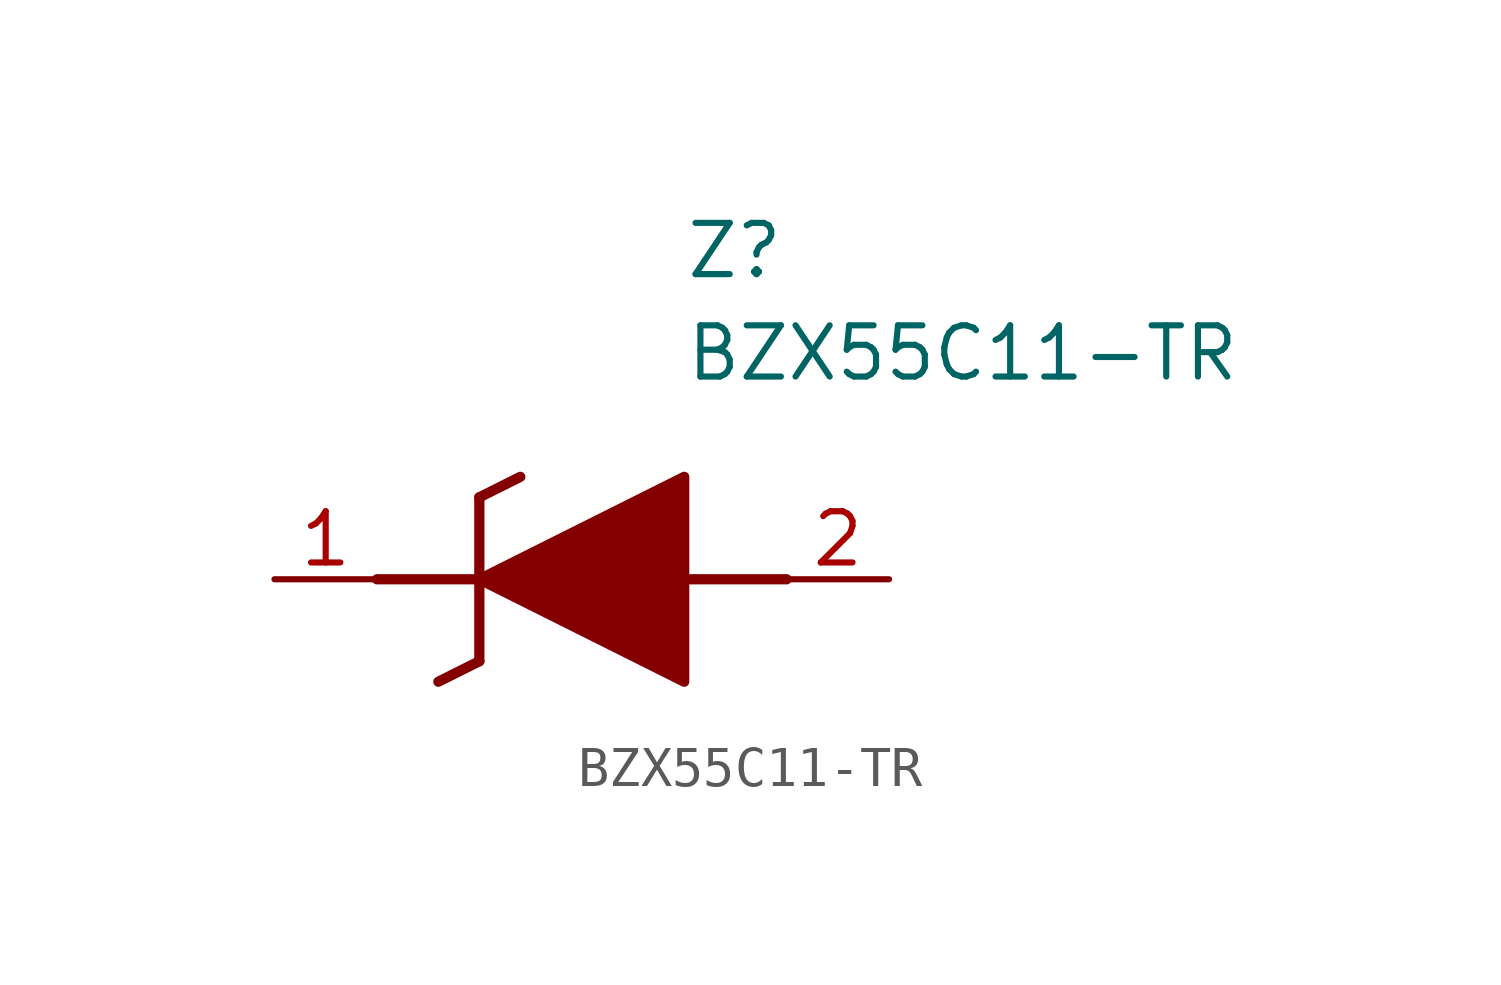
<source format=kicad_sym>
(kicad_symbol_lib
  (version 20211014)
  (generator SamacSys_ECAD_Model)
  (symbol "BZX55C11-TR"
    (pin_names hide)
    (property "Reference" "Z"
      (at 10.16 8.89 0)
      (effects (font (size 1.27 1.27)) (justify left top)))
    (property "Value" "BZX55C11-TR"
      (at 10.16 6.35 0)
      (effects (font (size 1.27 1.27)) (justify left top)))
    (polyline
      (pts (xy 5.08 2.032) (xy 5.08 -2.032))
      (stroke (width 0.254) (type default))
      (fill (type none)))
    (polyline
      (pts (xy 5.08 2.032) (xy 6.096 2.54))
      (stroke (width 0.254) (type default))
      (fill (type none)))
    (polyline
      (pts (xy 4.064 -2.54) (xy 5.08 -2.032))
      (stroke (width 0.254) (type default))
      (fill (type none)))
    (polyline
      (pts (xy 2.54 0) (xy 5.08 0))
      (stroke (width 0.254) (type default))
      (fill (type none)))
    (polyline
      (pts (xy 12.7 0) (xy 10.16 0))
      (stroke (width 0.254) (type default))
      (fill (type none)))
    (polyline
      (pts (xy 5.08 0) (xy 10.16 2.54) (xy 10.16 -2.54) (xy 5.08 0))
      (stroke (width 0.254) (type default))
      (fill (type outline)))
    (pin passive line
      (at 0 0 0)
      (length 2.54)
      (name "K" (effects (font (size 1.27 1.27))))
      (number "1" (effects (font (size 1.27 1.27)))))
    (pin passive line
      (at 15.24 0 180)
      (length 2.54)
      (name "A" (effects (font (size 1.27 1.27))))
      (number "2" (effects (font (size 1.27 1.27)))))))
</source>
